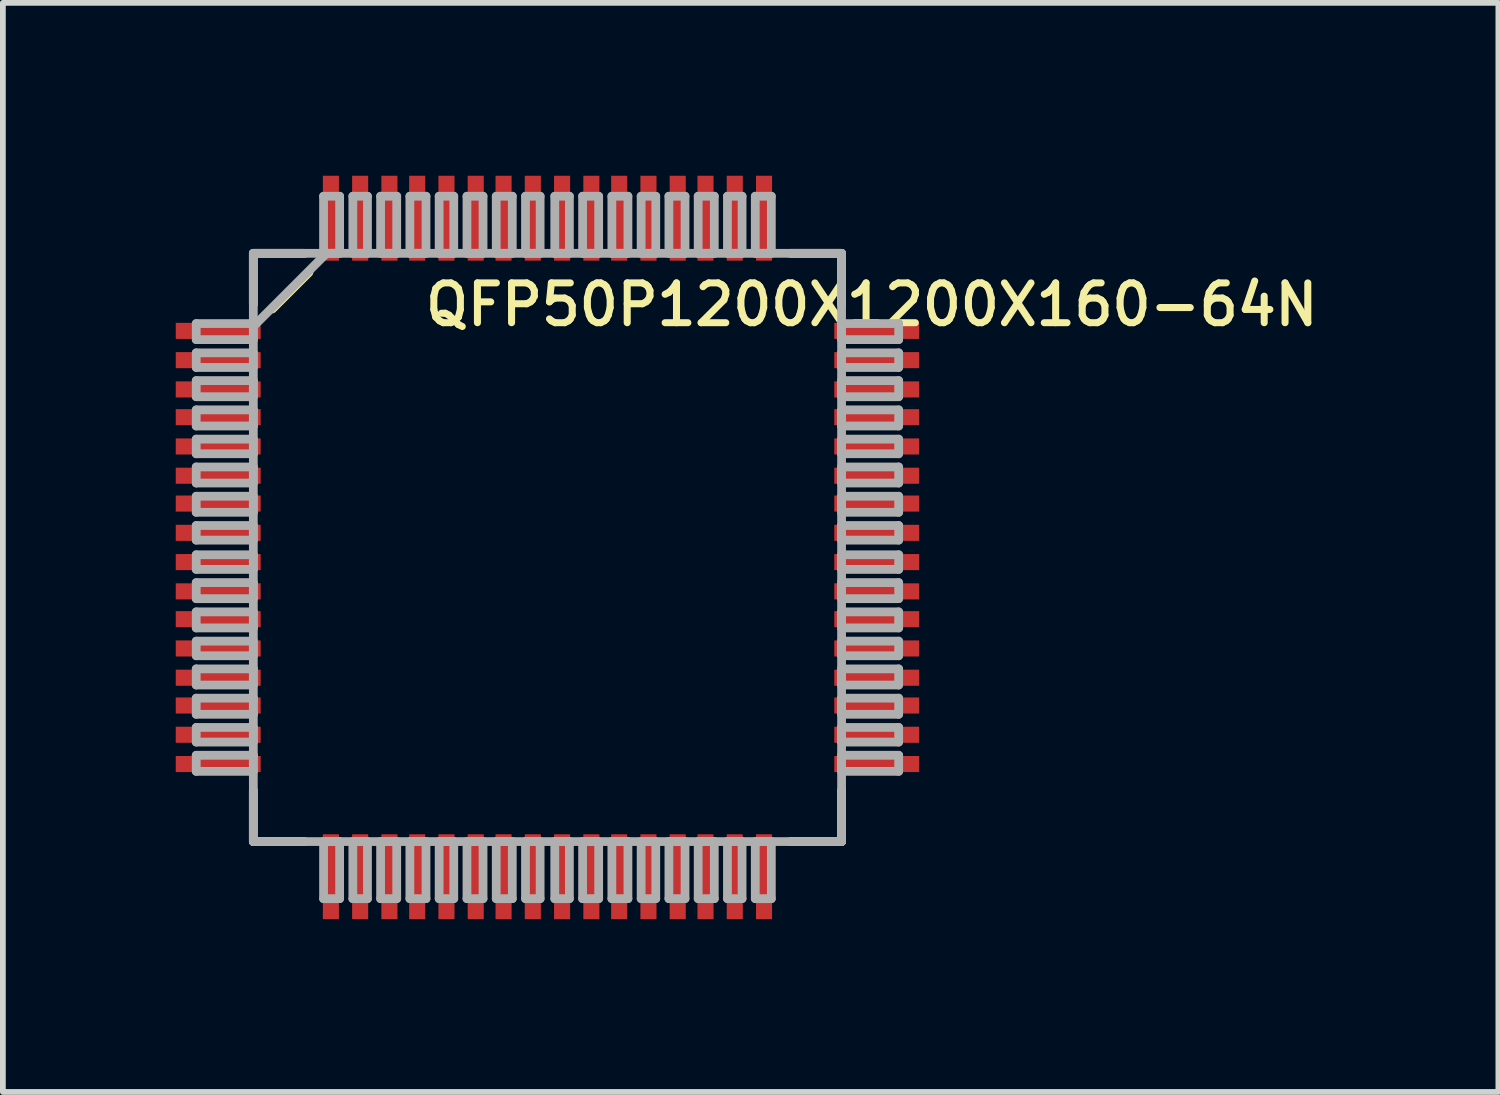
<source format=kicad_pcb>
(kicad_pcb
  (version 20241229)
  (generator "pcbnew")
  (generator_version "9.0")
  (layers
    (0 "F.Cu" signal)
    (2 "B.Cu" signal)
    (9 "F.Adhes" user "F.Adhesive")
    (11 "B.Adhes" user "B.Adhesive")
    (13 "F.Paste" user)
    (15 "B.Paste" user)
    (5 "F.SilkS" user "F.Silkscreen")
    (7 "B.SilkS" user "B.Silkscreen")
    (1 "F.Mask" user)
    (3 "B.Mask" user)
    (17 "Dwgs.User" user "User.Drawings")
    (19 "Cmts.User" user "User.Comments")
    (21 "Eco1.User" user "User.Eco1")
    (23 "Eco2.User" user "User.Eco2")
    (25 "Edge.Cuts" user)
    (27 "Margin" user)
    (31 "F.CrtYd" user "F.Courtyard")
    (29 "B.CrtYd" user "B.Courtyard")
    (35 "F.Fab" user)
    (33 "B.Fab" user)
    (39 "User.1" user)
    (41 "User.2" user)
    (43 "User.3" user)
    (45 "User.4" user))
  (footprint "QFP50P1200X1200X160-64N"
    (layer "F.Cu")
    (at 6.452 6.452)
    (property "Reference" "QFP50P1200X1200X160-64N" (at -2.184 -3.81 0) (layer "F.SilkS") (effects (font (size 0.691 0.691) (thickness 0.122)) (justify left bottom)))
    (fp_line (start -5.105 -5.105) (end -5.105 -4.216) (stroke (width 0.152) (type solid)) (layer "F.SilkS"))
    (fp_line (start -5.105 4.216) (end -5.105 5.105) (stroke (width 0.152) (type solid)) (layer "F.SilkS"))
    (fp_line (start -5.105 5.105) (end -4.216 5.105) (stroke (width 0.152) (type solid)) (layer "F.SilkS"))
    (fp_line (start -4.775 -4.14) (end -4.14 -4.775) (stroke (width 0.152) (type solid)) (layer "F.SilkS"))
    (fp_line (start -4.216 -5.105) (end -5.105 -5.105) (stroke (width 0.152) (type solid)) (layer "F.SilkS"))
    (fp_line (start 4.216 5.105) (end 5.105 5.105) (stroke (width 0.152) (type solid)) (layer "F.SilkS"))
    (fp_line (start 5.105 -5.105) (end 4.216 -5.105) (stroke (width 0.152) (type solid)) (layer "F.SilkS"))
    (fp_line (start 5.105 -4.216) (end 5.105 -5.105) (stroke (width 0.152) (type solid)) (layer "F.SilkS"))
    (fp_line (start 5.105 5.105) (end 5.105 4.216) (stroke (width 0.152) (type solid)) (layer "F.SilkS"))
    (fp_line (start -6.096 -3.886) (end -6.096 -3.607) (stroke (width 0.152) (type solid)) (layer "F.Fab"))
    (fp_line (start -6.096 -3.607) (end -5.105 -3.607) (stroke (width 0.152) (type solid)) (layer "F.Fab"))
    (fp_line (start -6.096 -3.378) (end -6.096 -3.124) (stroke (width 0.152) (type solid)) (layer "F.Fab"))
    (fp_line (start -6.096 -3.124) (end -5.105 -3.124) (stroke (width 0.152) (type solid)) (layer "F.Fab"))
    (fp_line (start -6.096 -2.896) (end -6.096 -2.616) (stroke (width 0.152) (type solid)) (layer "F.Fab"))
    (fp_line (start -6.096 -2.616) (end -5.105 -2.616) (stroke (width 0.152) (type solid)) (layer "F.Fab"))
    (fp_line (start -6.096 -2.388) (end -6.096 -2.108) (stroke (width 0.152) (type solid)) (layer "F.Fab"))
    (fp_line (start -6.096 -2.108) (end -5.105 -2.108) (stroke (width 0.152) (type solid)) (layer "F.Fab"))
    (fp_line (start -6.096 -1.88) (end -6.096 -1.626) (stroke (width 0.152) (type solid)) (layer "F.Fab"))
    (fp_line (start -6.096 -1.626) (end -5.105 -1.626) (stroke (width 0.152) (type solid)) (layer "F.Fab"))
    (fp_line (start -6.096 -1.397) (end -6.096 -1.118) (stroke (width 0.152) (type solid)) (layer "F.Fab"))
    (fp_line (start -6.096 -1.118) (end -5.105 -1.118) (stroke (width 0.152) (type solid)) (layer "F.Fab"))
    (fp_line (start -6.096 -0.889) (end -6.096 -0.61) (stroke (width 0.152) (type solid)) (layer "F.Fab"))
    (fp_line (start -6.096 -0.61) (end -5.105 -0.61) (stroke (width 0.152) (type solid)) (layer "F.Fab"))
    (fp_line (start -6.096 -0.381) (end -6.096 -0.127) (stroke (width 0.152) (type solid)) (layer "F.Fab"))
    (fp_line (start -6.096 -0.127) (end -5.105 -0.127) (stroke (width 0.152) (type solid)) (layer "F.Fab"))
    (fp_line (start -6.096 0.127) (end -6.096 0.381) (stroke (width 0.152) (type solid)) (layer "F.Fab"))
    (fp_line (start -6.096 0.381) (end -5.105 0.381) (stroke (width 0.152) (type solid)) (layer "F.Fab"))
    (fp_line (start -6.096 0.61) (end -6.096 0.889) (stroke (width 0.152) (type solid)) (layer "F.Fab"))
    (fp_line (start -6.096 0.889) (end -5.105 0.889) (stroke (width 0.152) (type solid)) (layer "F.Fab"))
    (fp_line (start -6.096 1.118) (end -6.096 1.397) (stroke (width 0.152) (type solid)) (layer "F.Fab"))
    (fp_line (start -6.096 1.397) (end -5.105 1.397) (stroke (width 0.152) (type solid)) (layer "F.Fab"))
    (fp_line (start -6.096 1.626) (end -6.096 1.88) (stroke (width 0.152) (type solid)) (layer "F.Fab"))
    (fp_line (start -6.096 1.88) (end -5.105 1.88) (stroke (width 0.152) (type solid)) (layer "F.Fab"))
    (fp_line (start -6.096 2.108) (end -6.096 2.388) (stroke (width 0.152) (type solid)) (layer "F.Fab"))
    (fp_line (start -6.096 2.388) (end -5.105 2.388) (stroke (width 0.152) (type solid)) (layer "F.Fab"))
    (fp_line (start -6.096 2.616) (end -6.096 2.896) (stroke (width 0.152) (type solid)) (layer "F.Fab"))
    (fp_line (start -6.096 2.896) (end -5.105 2.896) (stroke (width 0.152) (type solid)) (layer "F.Fab"))
    (fp_line (start -6.096 3.124) (end -6.096 3.378) (stroke (width 0.152) (type solid)) (layer "F.Fab"))
    (fp_line (start -6.096 3.378) (end -5.105 3.378) (stroke (width 0.152) (type solid)) (layer "F.Fab"))
    (fp_line (start -6.096 3.607) (end -6.096 3.886) (stroke (width 0.152) (type solid)) (layer "F.Fab"))
    (fp_line (start -6.096 3.886) (end -5.105 3.886) (stroke (width 0.152) (type solid)) (layer "F.Fab"))
    (fp_line (start -5.105 -5.105) (end -5.105 5.105) (stroke (width 0.152) (type solid)) (layer "F.Fab"))
    (fp_line (start -5.105 -3.886) (end -6.096 -3.886) (stroke (width 0.152) (type solid)) (layer "F.Fab"))
    (fp_line (start -5.105 -3.835) (end -5.105 -3.886) (stroke (width 0.152) (type solid)) (layer "F.Fab"))
    (fp_line (start -5.105 -3.835) (end -3.835 -5.105) (stroke (width 0.152) (type solid)) (layer "F.Fab"))
    (fp_line (start -5.105 -3.607) (end -5.105 -3.835) (stroke (width 0.152) (type solid)) (layer "F.Fab"))
    (fp_line (start -5.105 -3.378) (end -6.096 -3.378) (stroke (width 0.152) (type solid)) (layer "F.Fab"))
    (fp_line (start -5.105 -3.124) (end -5.105 -3.378) (stroke (width 0.152) (type solid)) (layer "F.Fab"))
    (fp_line (start -5.105 -2.896) (end -6.096 -2.896) (stroke (width 0.152) (type solid)) (layer "F.Fab"))
    (fp_line (start -5.105 -2.616) (end -5.105 -2.896) (stroke (width 0.152) (type solid)) (layer "F.Fab"))
    (fp_line (start -5.105 -2.388) (end -6.096 -2.388) (stroke (width 0.152) (type solid)) (layer "F.Fab"))
    (fp_line (start -5.105 -2.108) (end -5.105 -2.388) (stroke (width 0.152) (type solid)) (layer "F.Fab"))
    (fp_line (start -5.105 -1.88) (end -6.096 -1.88) (stroke (width 0.152) (type solid)) (layer "F.Fab"))
    (fp_line (start -5.105 -1.626) (end -5.105 -1.88) (stroke (width 0.152) (type solid)) (layer "F.Fab"))
    (fp_line (start -5.105 -1.397) (end -6.096 -1.397) (stroke (width 0.152) (type solid)) (layer "F.Fab"))
    (fp_line (start -5.105 -1.118) (end -5.105 -1.397) (stroke (width 0.152) (type solid)) (layer "F.Fab"))
    (fp_line (start -5.105 -0.889) (end -6.096 -0.889) (stroke (width 0.152) (type solid)) (layer "F.Fab"))
    (fp_line (start -5.105 -0.61) (end -5.105 -0.889) (stroke (width 0.152) (type solid)) (layer "F.Fab"))
    (fp_line (start -5.105 -0.381) (end -6.096 -0.381) (stroke (width 0.152) (type solid)) (layer "F.Fab"))
    (fp_line (start -5.105 -0.127) (end -5.105 -0.381) (stroke (width 0.152) (type solid)) (layer "F.Fab"))
    (fp_line (start -5.105 0.127) (end -6.096 0.127) (stroke (width 0.152) (type solid)) (layer "F.Fab"))
    (fp_line (start -5.105 0.381) (end -5.105 0.127) (stroke (width 0.152) (type solid)) (layer "F.Fab"))
    (fp_line (start -5.105 0.61) (end -6.096 0.61) (stroke (width 0.152) (type solid)) (layer "F.Fab"))
    (fp_line (start -5.105 0.889) (end -5.105 0.61) (stroke (width 0.152) (type solid)) (layer "F.Fab"))
    (fp_line (start -5.105 1.118) (end -6.096 1.118) (stroke (width 0.152) (type solid)) (layer "F.Fab"))
    (fp_line (start -5.105 1.397) (end -5.105 1.118) (stroke (width 0.152) (type solid)) (layer "F.Fab"))
    (fp_line (start -5.105 1.626) (end -6.096 1.626) (stroke (width 0.152) (type solid)) (layer "F.Fab"))
    (fp_line (start -5.105 1.88) (end -5.105 1.626) (stroke (width 0.152) (type solid)) (layer "F.Fab"))
    (fp_line (start -5.105 2.108) (end -6.096 2.108) (stroke (width 0.152) (type solid)) (layer "F.Fab"))
    (fp_line (start -5.105 2.388) (end -5.105 2.108) (stroke (width 0.152) (type solid)) (layer "F.Fab"))
    (fp_line (start -5.105 2.616) (end -6.096 2.616) (stroke (width 0.152) (type solid)) (layer "F.Fab"))
    (fp_line (start -5.105 2.896) (end -5.105 2.616) (stroke (width 0.152) (type solid)) (layer "F.Fab"))
    (fp_line (start -5.105 3.124) (end -6.096 3.124) (stroke (width 0.152) (type solid)) (layer "F.Fab"))
    (fp_line (start -5.105 3.378) (end -5.105 3.124) (stroke (width 0.152) (type solid)) (layer "F.Fab"))
    (fp_line (start -5.105 3.607) (end -6.096 3.607) (stroke (width 0.152) (type solid)) (layer "F.Fab"))
    (fp_line (start -5.105 3.886) (end -5.105 3.607) (stroke (width 0.152) (type solid)) (layer "F.Fab"))
    (fp_line (start -5.105 5.105) (end 5.105 5.105) (stroke (width 0.152) (type solid)) (layer "F.Fab"))
    (fp_line (start -3.886 -6.096) (end -3.886 -5.105) (stroke (width 0.152) (type solid)) (layer "F.Fab"))
    (fp_line (start -3.886 -5.105) (end -3.835 -5.105) (stroke (width 0.152) (type solid)) (layer "F.Fab"))
    (fp_line (start -3.886 5.105) (end -3.886 6.096) (stroke (width 0.152) (type solid)) (layer "F.Fab"))
    (fp_line (start -3.886 6.096) (end -3.607 6.096) (stroke (width 0.152) (type solid)) (layer "F.Fab"))
    (fp_line (start -3.835 -5.105) (end -3.607 -5.105) (stroke (width 0.152) (type solid)) (layer "F.Fab"))
    (fp_line (start -3.607 -6.096) (end -3.886 -6.096) (stroke (width 0.152) (type solid)) (layer "F.Fab"))
    (fp_line (start -3.607 -5.105) (end -3.607 -6.096) (stroke (width 0.152) (type solid)) (layer "F.Fab"))
    (fp_line (start -3.607 5.105) (end -3.886 5.105) (stroke (width 0.152) (type solid)) (layer "F.Fab"))
    (fp_line (start -3.607 6.096) (end -3.607 5.105) (stroke (width 0.152) (type solid)) (layer "F.Fab"))
    (fp_line (start -3.378 -6.096) (end -3.378 -5.105) (stroke (width 0.152) (type solid)) (layer "F.Fab"))
    (fp_line (start -3.378 -5.105) (end -3.124 -5.105) (stroke (width 0.152) (type solid)) (layer "F.Fab"))
    (fp_line (start -3.378 5.105) (end -3.378 6.096) (stroke (width 0.152) (type solid)) (layer "F.Fab"))
    (fp_line (start -3.378 6.096) (end -3.124 6.096) (stroke (width 0.152) (type solid)) (layer "F.Fab"))
    (fp_line (start -3.124 -6.096) (end -3.378 -6.096) (stroke (width 0.152) (type solid)) (layer "F.Fab"))
    (fp_line (start -3.124 -5.105) (end -3.124 -6.096) (stroke (width 0.152) (type solid)) (layer "F.Fab"))
    (fp_line (start -3.124 5.105) (end -3.378 5.105) (stroke (width 0.152) (type solid)) (layer "F.Fab"))
    (fp_line (start -3.124 6.096) (end -3.124 5.105) (stroke (width 0.152) (type solid)) (layer "F.Fab"))
    (fp_line (start -2.896 -6.096) (end -2.896 -5.105) (stroke (width 0.152) (type solid)) (layer "F.Fab"))
    (fp_line (start -2.896 -5.105) (end -2.616 -5.105) (stroke (width 0.152) (type solid)) (layer "F.Fab"))
    (fp_line (start -2.896 5.105) (end -2.896 6.096) (stroke (width 0.152) (type solid)) (layer "F.Fab"))
    (fp_line (start -2.896 6.096) (end -2.616 6.096) (stroke (width 0.152) (type solid)) (layer "F.Fab"))
    (fp_line (start -2.616 -6.096) (end -2.896 -6.096) (stroke (width 0.152) (type solid)) (layer "F.Fab"))
    (fp_line (start -2.616 -5.105) (end -2.616 -6.096) (stroke (width 0.152) (type solid)) (layer "F.Fab"))
    (fp_line (start -2.616 5.105) (end -2.896 5.105) (stroke (width 0.152) (type solid)) (layer "F.Fab"))
    (fp_line (start -2.616 6.096) (end -2.616 5.105) (stroke (width 0.152) (type solid)) (layer "F.Fab"))
    (fp_line (start -2.388 -6.096) (end -2.388 -5.105) (stroke (width 0.152) (type solid)) (layer "F.Fab"))
    (fp_line (start -2.388 -5.105) (end -2.108 -5.105) (stroke (width 0.152) (type solid)) (layer "F.Fab"))
    (fp_line (start -2.388 5.105) (end -2.388 6.096) (stroke (width 0.152) (type solid)) (layer "F.Fab"))
    (fp_line (start -2.388 6.096) (end -2.108 6.096) (stroke (width 0.152) (type solid)) (layer "F.Fab"))
    (fp_line (start -2.108 -6.096) (end -2.388 -6.096) (stroke (width 0.152) (type solid)) (layer "F.Fab"))
    (fp_line (start -2.108 -5.105) (end -2.108 -6.096) (stroke (width 0.152) (type solid)) (layer "F.Fab"))
    (fp_line (start -2.108 5.105) (end -2.388 5.105) (stroke (width 0.152) (type solid)) (layer "F.Fab"))
    (fp_line (start -2.108 6.096) (end -2.108 5.105) (stroke (width 0.152) (type solid)) (layer "F.Fab"))
    (fp_line (start -1.88 -6.096) (end -1.88 -5.105) (stroke (width 0.152) (type solid)) (layer "F.Fab"))
    (fp_line (start -1.88 -5.105) (end -1.626 -5.105) (stroke (width 0.152) (type solid)) (layer "F.Fab"))
    (fp_line (start -1.88 5.105) (end -1.88 6.096) (stroke (width 0.152) (type solid)) (layer "F.Fab"))
    (fp_line (start -1.88 6.096) (end -1.626 6.096) (stroke (width 0.152) (type solid)) (layer "F.Fab"))
    (fp_line (start -1.626 -6.096) (end -1.88 -6.096) (stroke (width 0.152) (type solid)) (layer "F.Fab"))
    (fp_line (start -1.626 -5.105) (end -1.626 -6.096) (stroke (width 0.152) (type solid)) (layer "F.Fab"))
    (fp_line (start -1.626 5.105) (end -1.88 5.105) (stroke (width 0.152) (type solid)) (layer "F.Fab"))
    (fp_line (start -1.626 6.096) (end -1.626 5.105) (stroke (width 0.152) (type solid)) (layer "F.Fab"))
    (fp_line (start -1.397 -6.096) (end -1.397 -5.105) (stroke (width 0.152) (type solid)) (layer "F.Fab"))
    (fp_line (start -1.397 -5.105) (end -1.118 -5.105) (stroke (width 0.152) (type solid)) (layer "F.Fab"))
    (fp_line (start -1.397 5.105) (end -1.397 6.096) (stroke (width 0.152) (type solid)) (layer "F.Fab"))
    (fp_line (start -1.397 6.096) (end -1.118 6.096) (stroke (width 0.152) (type solid)) (layer "F.Fab"))
    (fp_line (start -1.118 -6.096) (end -1.397 -6.096) (stroke (width 0.152) (type solid)) (layer "F.Fab"))
    (fp_line (start -1.118 -5.105) (end -1.118 -6.096) (stroke (width 0.152) (type solid)) (layer "F.Fab"))
    (fp_line (start -1.118 5.105) (end -1.397 5.105) (stroke (width 0.152) (type solid)) (layer "F.Fab"))
    (fp_line (start -1.118 6.096) (end -1.118 5.105) (stroke (width 0.152) (type solid)) (layer "F.Fab"))
    (fp_line (start -0.889 -6.096) (end -0.889 -5.105) (stroke (width 0.152) (type solid)) (layer "F.Fab"))
    (fp_line (start -0.889 -5.105) (end -0.61 -5.105) (stroke (width 0.152) (type solid)) (layer "F.Fab"))
    (fp_line (start -0.889 5.105) (end -0.889 6.096) (stroke (width 0.152) (type solid)) (layer "F.Fab"))
    (fp_line (start -0.889 6.096) (end -0.61 6.096) (stroke (width 0.152) (type solid)) (layer "F.Fab"))
    (fp_line (start -0.61 -6.096) (end -0.889 -6.096) (stroke (width 0.152) (type solid)) (layer "F.Fab"))
    (fp_line (start -0.61 -5.105) (end -0.61 -6.096) (stroke (width 0.152) (type solid)) (layer "F.Fab"))
    (fp_line (start -0.61 5.105) (end -0.889 5.105) (stroke (width 0.152) (type solid)) (layer "F.Fab"))
    (fp_line (start -0.61 6.096) (end -0.61 5.105) (stroke (width 0.152) (type solid)) (layer "F.Fab"))
    (fp_line (start -0.381 -6.096) (end -0.381 -5.105) (stroke (width 0.152) (type solid)) (layer "F.Fab"))
    (fp_line (start -0.381 -5.105) (end -0.127 -5.105) (stroke (width 0.152) (type solid)) (layer "F.Fab"))
    (fp_line (start -0.381 5.105) (end -0.381 6.096) (stroke (width 0.152) (type solid)) (layer "F.Fab"))
    (fp_line (start -0.381 6.096) (end -0.127 6.096) (stroke (width 0.152) (type solid)) (layer "F.Fab"))
    (fp_line (start -0.127 -6.096) (end -0.381 -6.096) (stroke (width 0.152) (type solid)) (layer "F.Fab"))
    (fp_line (start -0.127 -5.105) (end -0.127 -6.096) (stroke (width 0.152) (type solid)) (layer "F.Fab"))
    (fp_line (start -0.127 5.105) (end -0.381 5.105) (stroke (width 0.152) (type solid)) (layer "F.Fab"))
    (fp_line (start -0.127 6.096) (end -0.127 5.105) (stroke (width 0.152) (type solid)) (layer "F.Fab"))
    (fp_line (start 0.127 -6.096) (end 0.127 -5.105) (stroke (width 0.152) (type solid)) (layer "F.Fab"))
    (fp_line (start 0.127 -5.105) (end 0.381 -5.105) (stroke (width 0.152) (type solid)) (layer "F.Fab"))
    (fp_line (start 0.127 5.105) (end 0.127 6.096) (stroke (width 0.152) (type solid)) (layer "F.Fab"))
    (fp_line (start 0.127 6.096) (end 0.381 6.096) (stroke (width 0.152) (type solid)) (layer "F.Fab"))
    (fp_line (start 0.381 -6.096) (end 0.127 -6.096) (stroke (width 0.152) (type solid)) (layer "F.Fab"))
    (fp_line (start 0.381 -5.105) (end 0.381 -6.096) (stroke (width 0.152) (type solid)) (layer "F.Fab"))
    (fp_line (start 0.381 5.105) (end 0.127 5.105) (stroke (width 0.152) (type solid)) (layer "F.Fab"))
    (fp_line (start 0.381 6.096) (end 0.381 5.105) (stroke (width 0.152) (type solid)) (layer "F.Fab"))
    (fp_line (start 0.61 -6.096) (end 0.61 -5.105) (stroke (width 0.152) (type solid)) (layer "F.Fab"))
    (fp_line (start 0.61 -5.105) (end 0.889 -5.105) (stroke (width 0.152) (type solid)) (layer "F.Fab"))
    (fp_line (start 0.61 5.105) (end 0.61 6.096) (stroke (width 0.152) (type solid)) (layer "F.Fab"))
    (fp_line (start 0.61 6.096) (end 0.889 6.096) (stroke (width 0.152) (type solid)) (layer "F.Fab"))
    (fp_line (start 0.889 -6.096) (end 0.61 -6.096) (stroke (width 0.152) (type solid)) (layer "F.Fab"))
    (fp_line (start 0.889 -5.105) (end 0.889 -6.096) (stroke (width 0.152) (type solid)) (layer "F.Fab"))
    (fp_line (start 0.889 5.105) (end 0.61 5.105) (stroke (width 0.152) (type solid)) (layer "F.Fab"))
    (fp_line (start 0.889 6.096) (end 0.889 5.105) (stroke (width 0.152) (type solid)) (layer "F.Fab"))
    (fp_line (start 1.118 -6.096) (end 1.118 -5.105) (stroke (width 0.152) (type solid)) (layer "F.Fab"))
    (fp_line (start 1.118 -5.105) (end 1.397 -5.105) (stroke (width 0.152) (type solid)) (layer "F.Fab"))
    (fp_line (start 1.118 5.105) (end 1.118 6.096) (stroke (width 0.152) (type solid)) (layer "F.Fab"))
    (fp_line (start 1.118 6.096) (end 1.397 6.096) (stroke (width 0.152) (type solid)) (layer "F.Fab"))
    (fp_line (start 1.397 -6.096) (end 1.118 -6.096) (stroke (width 0.152) (type solid)) (layer "F.Fab"))
    (fp_line (start 1.397 -5.105) (end 1.397 -6.096) (stroke (width 0.152) (type solid)) (layer "F.Fab"))
    (fp_line (start 1.397 5.105) (end 1.118 5.105) (stroke (width 0.152) (type solid)) (layer "F.Fab"))
    (fp_line (start 1.397 6.096) (end 1.397 5.105) (stroke (width 0.152) (type solid)) (layer "F.Fab"))
    (fp_line (start 1.626 -6.096) (end 1.626 -5.105) (stroke (width 0.152) (type solid)) (layer "F.Fab"))
    (fp_line (start 1.626 -5.105) (end 1.88 -5.105) (stroke (width 0.152) (type solid)) (layer "F.Fab"))
    (fp_line (start 1.626 5.105) (end 1.626 6.096) (stroke (width 0.152) (type solid)) (layer "F.Fab"))
    (fp_line (start 1.626 6.096) (end 1.88 6.096) (stroke (width 0.152) (type solid)) (layer "F.Fab"))
    (fp_line (start 1.88 -6.096) (end 1.626 -6.096) (stroke (width 0.152) (type solid)) (layer "F.Fab"))
    (fp_line (start 1.88 -5.105) (end 1.88 -6.096) (stroke (width 0.152) (type solid)) (layer "F.Fab"))
    (fp_line (start 1.88 5.105) (end 1.626 5.105) (stroke (width 0.152) (type solid)) (layer "F.Fab"))
    (fp_line (start 1.88 6.096) (end 1.88 5.105) (stroke (width 0.152) (type solid)) (layer "F.Fab"))
    (fp_line (start 2.108 -6.096) (end 2.108 -5.105) (stroke (width 0.152) (type solid)) (layer "F.Fab"))
    (fp_line (start 2.108 -5.105) (end 2.388 -5.105) (stroke (width 0.152) (type solid)) (layer "F.Fab"))
    (fp_line (start 2.108 5.105) (end 2.108 6.096) (stroke (width 0.152) (type solid)) (layer "F.Fab"))
    (fp_line (start 2.108 6.096) (end 2.388 6.096) (stroke (width 0.152) (type solid)) (layer "F.Fab"))
    (fp_line (start 2.388 -6.096) (end 2.108 -6.096) (stroke (width 0.152) (type solid)) (layer "F.Fab"))
    (fp_line (start 2.388 -5.105) (end 2.388 -6.096) (stroke (width 0.152) (type solid)) (layer "F.Fab"))
    (fp_line (start 2.388 5.105) (end 2.108 5.105) (stroke (width 0.152) (type solid)) (layer "F.Fab"))
    (fp_line (start 2.388 6.096) (end 2.388 5.105) (stroke (width 0.152) (type solid)) (layer "F.Fab"))
    (fp_line (start 2.616 -6.096) (end 2.616 -5.105) (stroke (width 0.152) (type solid)) (layer "F.Fab"))
    (fp_line (start 2.616 -5.105) (end 2.896 -5.105) (stroke (width 0.152) (type solid)) (layer "F.Fab"))
    (fp_line (start 2.616 5.105) (end 2.616 6.096) (stroke (width 0.152) (type solid)) (layer "F.Fab"))
    (fp_line (start 2.616 6.096) (end 2.896 6.096) (stroke (width 0.152) (type solid)) (layer "F.Fab"))
    (fp_line (start 2.896 -6.096) (end 2.616 -6.096) (stroke (width 0.152) (type solid)) (layer "F.Fab"))
    (fp_line (start 2.896 -5.105) (end 2.896 -6.096) (stroke (width 0.152) (type solid)) (layer "F.Fab"))
    (fp_line (start 2.896 5.105) (end 2.616 5.105) (stroke (width 0.152) (type solid)) (layer "F.Fab"))
    (fp_line (start 2.896 6.096) (end 2.896 5.105) (stroke (width 0.152) (type solid)) (layer "F.Fab"))
    (fp_line (start 3.124 -6.096) (end 3.124 -5.105) (stroke (width 0.152) (type solid)) (layer "F.Fab"))
    (fp_line (start 3.124 -5.105) (end 3.378 -5.105) (stroke (width 0.152) (type solid)) (layer "F.Fab"))
    (fp_line (start 3.124 5.105) (end 3.124 6.096) (stroke (width 0.152) (type solid)) (layer "F.Fab"))
    (fp_line (start 3.124 6.096) (end 3.378 6.096) (stroke (width 0.152) (type solid)) (layer "F.Fab"))
    (fp_line (start 3.378 -6.096) (end 3.124 -6.096) (stroke (width 0.152) (type solid)) (layer "F.Fab"))
    (fp_line (start 3.378 -5.105) (end 3.378 -6.096) (stroke (width 0.152) (type solid)) (layer "F.Fab"))
    (fp_line (start 3.378 5.105) (end 3.124 5.105) (stroke (width 0.152) (type solid)) (layer "F.Fab"))
    (fp_line (start 3.378 6.096) (end 3.378 5.105) (stroke (width 0.152) (type solid)) (layer "F.Fab"))
    (fp_line (start 3.607 -6.096) (end 3.607 -5.105) (stroke (width 0.152) (type solid)) (layer "F.Fab"))
    (fp_line (start 3.607 -5.105) (end 3.886 -5.105) (stroke (width 0.152) (type solid)) (layer "F.Fab"))
    (fp_line (start 3.607 5.105) (end 3.607 6.096) (stroke (width 0.152) (type solid)) (layer "F.Fab"))
    (fp_line (start 3.607 6.096) (end 3.886 6.096) (stroke (width 0.152) (type solid)) (layer "F.Fab"))
    (fp_line (start 3.886 -6.096) (end 3.607 -6.096) (stroke (width 0.152) (type solid)) (layer "F.Fab"))
    (fp_line (start 3.886 -5.105) (end 3.886 -6.096) (stroke (width 0.152) (type solid)) (layer "F.Fab"))
    (fp_line (start 3.886 5.105) (end 3.607 5.105) (stroke (width 0.152) (type solid)) (layer "F.Fab"))
    (fp_line (start 3.886 6.096) (end 3.886 5.105) (stroke (width 0.152) (type solid)) (layer "F.Fab"))
    (fp_line (start 5.105 -5.105) (end -5.105 -5.105) (stroke (width 0.152) (type solid)) (layer "F.Fab"))
    (fp_line (start 5.105 -3.886) (end 5.105 -3.607) (stroke (width 0.152) (type solid)) (layer "F.Fab"))
    (fp_line (start 5.105 -3.607) (end 6.096 -3.607) (stroke (width 0.152) (type solid)) (layer "F.Fab"))
    (fp_line (start 5.105 -3.378) (end 5.105 -3.124) (stroke (width 0.152) (type solid)) (layer "F.Fab"))
    (fp_line (start 5.105 -3.124) (end 6.096 -3.124) (stroke (width 0.152) (type solid)) (layer "F.Fab"))
    (fp_line (start 5.105 -2.896) (end 5.105 -2.616) (stroke (width 0.152) (type solid)) (layer "F.Fab"))
    (fp_line (start 5.105 -2.616) (end 6.096 -2.616) (stroke (width 0.152) (type solid)) (layer "F.Fab"))
    (fp_line (start 5.105 -2.388) (end 5.105 -2.108) (stroke (width 0.152) (type solid)) (layer "F.Fab"))
    (fp_line (start 5.105 -2.108) (end 6.096 -2.108) (stroke (width 0.152) (type solid)) (layer "F.Fab"))
    (fp_line (start 5.105 -1.88) (end 5.105 -1.626) (stroke (width 0.152) (type solid)) (layer "F.Fab"))
    (fp_line (start 5.105 -1.626) (end 6.096 -1.626) (stroke (width 0.152) (type solid)) (layer "F.Fab"))
    (fp_line (start 5.105 -1.397) (end 5.105 -1.118) (stroke (width 0.152) (type solid)) (layer "F.Fab"))
    (fp_line (start 5.105 -1.118) (end 6.096 -1.118) (stroke (width 0.152) (type solid)) (layer "F.Fab"))
    (fp_line (start 5.105 -0.889) (end 5.105 -0.61) (stroke (width 0.152) (type solid)) (layer "F.Fab"))
    (fp_line (start 5.105 -0.61) (end 6.096 -0.61) (stroke (width 0.152) (type solid)) (layer "F.Fab"))
    (fp_line (start 5.105 -0.381) (end 5.105 -0.127) (stroke (width 0.152) (type solid)) (layer "F.Fab"))
    (fp_line (start 5.105 -0.127) (end 6.096 -0.127) (stroke (width 0.152) (type solid)) (layer "F.Fab"))
    (fp_line (start 5.105 0.127) (end 5.105 0.381) (stroke (width 0.152) (type solid)) (layer "F.Fab"))
    (fp_line (start 5.105 0.381) (end 6.096 0.381) (stroke (width 0.152) (type solid)) (layer "F.Fab"))
    (fp_line (start 5.105 0.61) (end 5.105 0.889) (stroke (width 0.152) (type solid)) (layer "F.Fab"))
    (fp_line (start 5.105 0.889) (end 6.096 0.889) (stroke (width 0.152) (type solid)) (layer "F.Fab"))
    (fp_line (start 5.105 1.118) (end 5.105 1.397) (stroke (width 0.152) (type solid)) (layer "F.Fab"))
    (fp_line (start 5.105 1.397) (end 6.096 1.397) (stroke (width 0.152) (type solid)) (layer "F.Fab"))
    (fp_line (start 5.105 1.626) (end 5.105 1.88) (stroke (width 0.152) (type solid)) (layer "F.Fab"))
    (fp_line (start 5.105 1.88) (end 6.096 1.88) (stroke (width 0.152) (type solid)) (layer "F.Fab"))
    (fp_line (start 5.105 2.108) (end 5.105 2.388) (stroke (width 0.152) (type solid)) (layer "F.Fab"))
    (fp_line (start 5.105 2.388) (end 6.096 2.388) (stroke (width 0.152) (type solid)) (layer "F.Fab"))
    (fp_line (start 5.105 2.616) (end 5.105 2.896) (stroke (width 0.152) (type solid)) (layer "F.Fab"))
    (fp_line (start 5.105 2.896) (end 6.096 2.896) (stroke (width 0.152) (type solid)) (layer "F.Fab"))
    (fp_line (start 5.105 3.124) (end 5.105 3.378) (stroke (width 0.152) (type solid)) (layer "F.Fab"))
    (fp_line (start 5.105 3.378) (end 6.096 3.378) (stroke (width 0.152) (type solid)) (layer "F.Fab"))
    (fp_line (start 5.105 3.607) (end 5.105 3.886) (stroke (width 0.152) (type solid)) (layer "F.Fab"))
    (fp_line (start 5.105 3.886) (end 6.096 3.886) (stroke (width 0.152) (type solid)) (layer "F.Fab"))
    (fp_line (start 5.105 5.105) (end 5.105 -5.105) (stroke (width 0.152) (type solid)) (layer "F.Fab"))
    (fp_line (start 6.096 -3.886) (end 5.105 -3.886) (stroke (width 0.152) (type solid)) (layer "F.Fab"))
    (fp_line (start 6.096 -3.607) (end 6.096 -3.886) (stroke (width 0.152) (type solid)) (layer "F.Fab"))
    (fp_line (start 6.096 -3.378) (end 5.105 -3.378) (stroke (width 0.152) (type solid)) (layer "F.Fab"))
    (fp_line (start 6.096 -3.124) (end 6.096 -3.378) (stroke (width 0.152) (type solid)) (layer "F.Fab"))
    (fp_line (start 6.096 -2.896) (end 5.105 -2.896) (stroke (width 0.152) (type solid)) (layer "F.Fab"))
    (fp_line (start 6.096 -2.616) (end 6.096 -2.896) (stroke (width 0.152) (type solid)) (layer "F.Fab"))
    (fp_line (start 6.096 -2.388) (end 5.105 -2.388) (stroke (width 0.152) (type solid)) (layer "F.Fab"))
    (fp_line (start 6.096 -2.108) (end 6.096 -2.388) (stroke (width 0.152) (type solid)) (layer "F.Fab"))
    (fp_line (start 6.096 -1.88) (end 5.105 -1.88) (stroke (width 0.152) (type solid)) (layer "F.Fab"))
    (fp_line (start 6.096 -1.626) (end 6.096 -1.88) (stroke (width 0.152) (type solid)) (layer "F.Fab"))
    (fp_line (start 6.096 -1.397) (end 5.105 -1.397) (stroke (width 0.152) (type solid)) (layer "F.Fab"))
    (fp_line (start 6.096 -1.118) (end 6.096 -1.397) (stroke (width 0.152) (type solid)) (layer "F.Fab"))
    (fp_line (start 6.096 -0.889) (end 5.105 -0.889) (stroke (width 0.152) (type solid)) (layer "F.Fab"))
    (fp_line (start 6.096 -0.61) (end 6.096 -0.889) (stroke (width 0.152) (type solid)) (layer "F.Fab"))
    (fp_line (start 6.096 -0.381) (end 5.105 -0.381) (stroke (width 0.152) (type solid)) (layer "F.Fab"))
    (fp_line (start 6.096 -0.127) (end 6.096 -0.381) (stroke (width 0.152) (type solid)) (layer "F.Fab"))
    (fp_line (start 6.096 0.127) (end 5.105 0.127) (stroke (width 0.152) (type solid)) (layer "F.Fab"))
    (fp_line (start 6.096 0.381) (end 6.096 0.127) (stroke (width 0.152) (type solid)) (layer "F.Fab"))
    (fp_line (start 6.096 0.61) (end 5.105 0.61) (stroke (width 0.152) (type solid)) (layer "F.Fab"))
    (fp_line (start 6.096 0.889) (end 6.096 0.61) (stroke (width 0.152) (type solid)) (layer "F.Fab"))
    (fp_line (start 6.096 1.118) (end 5.105 1.118) (stroke (width 0.152) (type solid)) (layer "F.Fab"))
    (fp_line (start 6.096 1.397) (end 6.096 1.118) (stroke (width 0.152) (type solid)) (layer "F.Fab"))
    (fp_line (start 6.096 1.626) (end 5.105 1.626) (stroke (width 0.152) (type solid)) (layer "F.Fab"))
    (fp_line (start 6.096 1.88) (end 6.096 1.626) (stroke (width 0.152) (type solid)) (layer "F.Fab"))
    (fp_line (start 6.096 2.108) (end 5.105 2.108) (stroke (width 0.152) (type solid)) (layer "F.Fab"))
    (fp_line (start 6.096 2.388) (end 6.096 2.108) (stroke (width 0.152) (type solid)) (layer "F.Fab"))
    (fp_line (start 6.096 2.616) (end 5.105 2.616) (stroke (width 0.152) (type solid)) (layer "F.Fab"))
    (fp_line (start 6.096 2.896) (end 6.096 2.616) (stroke (width 0.152) (type solid)) (layer "F.Fab"))
    (fp_line (start 6.096 3.124) (end 5.105 3.124) (stroke (width 0.152) (type solid)) (layer "F.Fab"))
    (fp_line (start 6.096 3.378) (end 6.096 3.124) (stroke (width 0.152) (type solid)) (layer "F.Fab"))
    (fp_line (start 6.096 3.607) (end 5.105 3.607) (stroke (width 0.152) (type solid)) (layer "F.Fab"))
    (fp_line (start 6.096 3.886) (end 6.096 3.607) (stroke (width 0.152) (type solid)) (layer "F.Fab"))
    (pad "1" smd rect (at -5.715 -3.759 270) (size 0.279 1.473) (layers "F.Cu" "F.Mask" "F.Paste"))
    (pad "2" smd rect (at -5.715 -3.251 270) (size 0.279 1.473) (layers "F.Cu" "F.Mask" "F.Paste"))
    (pad "3" smd rect (at -5.715 -2.743 270) (size 0.279 1.473) (layers "F.Cu" "F.Mask" "F.Paste"))
    (pad "4" smd rect (at -5.715 -2.261 270) (size 0.279 1.473) (layers "F.Cu" "F.Mask" "F.Paste"))
    (pad "5" smd rect (at -5.715 -1.753 270) (size 0.279 1.473) (layers "F.Cu" "F.Mask" "F.Paste"))
    (pad "6" smd rect (at -5.715 -1.245 270) (size 0.279 1.473) (layers "F.Cu" "F.Mask" "F.Paste"))
    (pad "7" smd rect (at -5.715 -0.762 270) (size 0.279 1.473) (layers "F.Cu" "F.Mask" "F.Paste"))
    (pad "8" smd rect (at -5.715 -0.254 270) (size 0.279 1.473) (layers "F.Cu" "F.Mask" "F.Paste"))
    (pad "9" smd rect (at -5.715 0.254 270) (size 0.279 1.473) (layers "F.Cu" "F.Mask" "F.Paste"))
    (pad "10" smd rect (at -5.715 0.762 270) (size 0.279 1.473) (layers "F.Cu" "F.Mask" "F.Paste"))
    (pad "11" smd rect (at -5.715 1.245 270) (size 0.279 1.473) (layers "F.Cu" "F.Mask" "F.Paste"))
    (pad "12" smd rect (at -5.715 1.753 270) (size 0.279 1.473) (layers "F.Cu" "F.Mask" "F.Paste"))
    (pad "13" smd rect (at -5.715 2.261 270) (size 0.279 1.473) (layers "F.Cu" "F.Mask" "F.Paste"))
    (pad "14" smd rect (at -5.715 2.743 270) (size 0.279 1.473) (layers "F.Cu" "F.Mask" "F.Paste"))
    (pad "15" smd rect (at -5.715 3.251 270) (size 0.279 1.473) (layers "F.Cu" "F.Mask" "F.Paste"))
    (pad "16" smd rect (at -5.715 3.759 270) (size 0.279 1.473) (layers "F.Cu" "F.Mask" "F.Paste"))
    (pad "17" smd rect (at -3.759 5.715 180) (size 0.279 1.473) (layers "F.Cu" "F.Mask" "F.Paste"))
    (pad "18" smd rect (at -3.251 5.715 180) (size 0.279 1.473) (layers "F.Cu" "F.Mask" "F.Paste"))
    (pad "19" smd rect (at -2.743 5.715 180) (size 0.279 1.473) (layers "F.Cu" "F.Mask" "F.Paste"))
    (pad "20" smd rect (at -2.261 5.715 180) (size 0.279 1.473) (layers "F.Cu" "F.Mask" "F.Paste"))
    (pad "21" smd rect (at -1.753 5.715 180) (size 0.279 1.473) (layers "F.Cu" "F.Mask" "F.Paste"))
    (pad "22" smd rect (at -1.245 5.715 180) (size 0.279 1.473) (layers "F.Cu" "F.Mask" "F.Paste"))
    (pad "23" smd rect (at -0.762 5.715 180) (size 0.279 1.473) (layers "F.Cu" "F.Mask" "F.Paste"))
    (pad "24" smd rect (at -0.254 5.715 180) (size 0.279 1.473) (layers "F.Cu" "F.Mask" "F.Paste"))
    (pad "25" smd rect (at 0.254 5.715 180) (size 0.279 1.473) (layers "F.Cu" "F.Mask" "F.Paste"))
    (pad "26" smd rect (at 0.762 5.715 180) (size 0.279 1.473) (layers "F.Cu" "F.Mask" "F.Paste"))
    (pad "27" smd rect (at 1.245 5.715 180) (size 0.279 1.473) (layers "F.Cu" "F.Mask" "F.Paste"))
    (pad "28" smd rect (at 1.753 5.715 180) (size 0.279 1.473) (layers "F.Cu" "F.Mask" "F.Paste"))
    (pad "29" smd rect (at 2.261 5.715 180) (size 0.279 1.473) (layers "F.Cu" "F.Mask" "F.Paste"))
    (pad "30" smd rect (at 2.743 5.715 180) (size 0.279 1.473) (layers "F.Cu" "F.Mask" "F.Paste"))
    (pad "31" smd rect (at 3.251 5.715 180) (size 0.279 1.473) (layers "F.Cu" "F.Mask" "F.Paste"))
    (pad "32" smd rect (at 3.759 5.715 180) (size 0.279 1.473) (layers "F.Cu" "F.Mask" "F.Paste"))
    (pad "33" smd rect (at 5.715 3.759 270) (size 0.279 1.473) (layers "F.Cu" "F.Mask" "F.Paste"))
    (pad "34" smd rect (at 5.715 3.251 270) (size 0.279 1.473) (layers "F.Cu" "F.Mask" "F.Paste"))
    (pad "35" smd rect (at 5.715 2.743 270) (size 0.279 1.473) (layers "F.Cu" "F.Mask" "F.Paste"))
    (pad "36" smd rect (at 5.715 2.261 270) (size 0.279 1.473) (layers "F.Cu" "F.Mask" "F.Paste"))
    (pad "37" smd rect (at 5.715 1.753 270) (size 0.279 1.473) (layers "F.Cu" "F.Mask" "F.Paste"))
    (pad "38" smd rect (at 5.715 1.245 270) (size 0.279 1.473) (layers "F.Cu" "F.Mask" "F.Paste"))
    (pad "39" smd rect (at 5.715 0.762 270) (size 0.279 1.473) (layers "F.Cu" "F.Mask" "F.Paste"))
    (pad "40" smd rect (at 5.715 0.254 270) (size 0.279 1.473) (layers "F.Cu" "F.Mask" "F.Paste"))
    (pad "41" smd rect (at 5.715 -0.254 270) (size 0.279 1.473) (layers "F.Cu" "F.Mask" "F.Paste"))
    (pad "42" smd rect (at 5.715 -0.762 270) (size 0.279 1.473) (layers "F.Cu" "F.Mask" "F.Paste"))
    (pad "43" smd rect (at 5.715 -1.245 270) (size 0.279 1.473) (layers "F.Cu" "F.Mask" "F.Paste"))
    (pad "44" smd rect (at 5.715 -1.753 270) (size 0.279 1.473) (layers "F.Cu" "F.Mask" "F.Paste"))
    (pad "45" smd rect (at 5.715 -2.261 270) (size 0.279 1.473) (layers "F.Cu" "F.Mask" "F.Paste"))
    (pad "46" smd rect (at 5.715 -2.743 270) (size 0.279 1.473) (layers "F.Cu" "F.Mask" "F.Paste"))
    (pad "47" smd rect (at 5.715 -3.251 270) (size 0.279 1.473) (layers "F.Cu" "F.Mask" "F.Paste"))
    (pad "48" smd rect (at 5.715 -3.759 270) (size 0.279 1.473) (layers "F.Cu" "F.Mask" "F.Paste"))
    (pad "49" smd rect (at 3.759 -5.715 180) (size 0.279 1.473) (layers "F.Cu" "F.Mask" "F.Paste"))
    (pad "50" smd rect (at 3.251 -5.715 180) (size 0.279 1.473) (layers "F.Cu" "F.Mask" "F.Paste"))
    (pad "51" smd rect (at 2.743 -5.715 180) (size 0.279 1.473) (layers "F.Cu" "F.Mask" "F.Paste"))
    (pad "52" smd rect (at 2.261 -5.715 180) (size 0.279 1.473) (layers "F.Cu" "F.Mask" "F.Paste"))
    (pad "53" smd rect (at 1.753 -5.715 180) (size 0.279 1.473) (layers "F.Cu" "F.Mask" "F.Paste"))
    (pad "54" smd rect (at 1.245 -5.715 180) (size 0.279 1.473) (layers "F.Cu" "F.Mask" "F.Paste"))
    (pad "55" smd rect (at 0.762 -5.715 180) (size 0.279 1.473) (layers "F.Cu" "F.Mask" "F.Paste"))
    (pad "56" smd rect (at 0.254 -5.715 180) (size 0.279 1.473) (layers "F.Cu" "F.Mask" "F.Paste"))
    (pad "57" smd rect (at -0.254 -5.715 180) (size 0.279 1.473) (layers "F.Cu" "F.Mask" "F.Paste"))
    (pad "58" smd rect (at -0.762 -5.715 180) (size 0.279 1.473) (layers "F.Cu" "F.Mask" "F.Paste"))
    (pad "59" smd rect (at -1.245 -5.715 180) (size 0.279 1.473) (layers "F.Cu" "F.Mask" "F.Paste"))
    (pad "60" smd rect (at -1.753 -5.715 180) (size 0.279 1.473) (layers "F.Cu" "F.Mask" "F.Paste"))
    (pad "61" smd rect (at -2.261 -5.715 180) (size 0.279 1.473) (layers "F.Cu" "F.Mask" "F.Paste"))
    (pad "62" smd rect (at -2.743 -5.715 180) (size 0.279 1.473) (layers "F.Cu" "F.Mask" "F.Paste"))
    (pad "63" smd rect (at -3.251 -5.715 180) (size 0.279 1.473) (layers "F.Cu" "F.Mask" "F.Paste"))
    (pad "64" smd rect (at -3.759 -5.715 180) (size 0.279 1.473) (layers "F.Cu" "F.Mask" "F.Paste")))
  (gr_rect
    (start -3 -3)
    (end 22.957 15.903)
    (stroke (width 0.1) (type default))
    (fill no)
    (layer "Edge.Cuts")))
</source>
